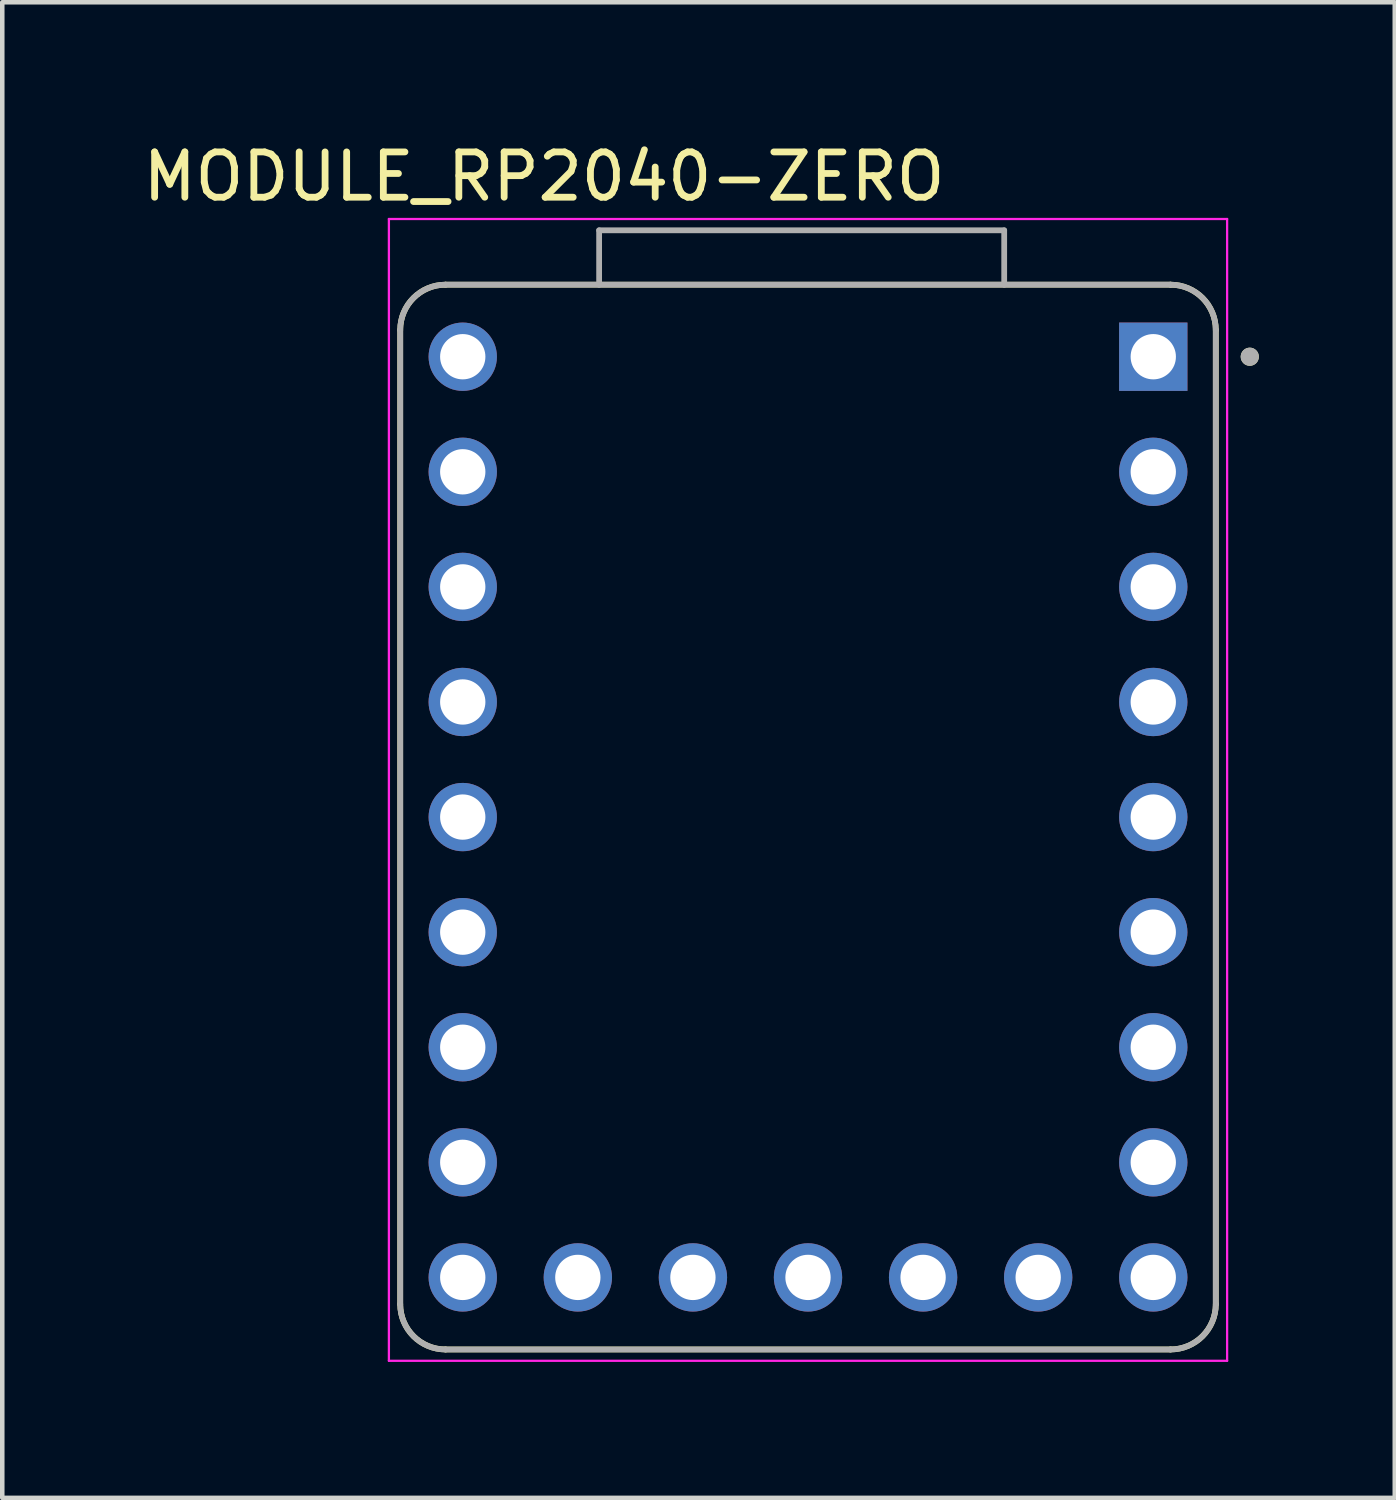
<source format=kicad_pcb>
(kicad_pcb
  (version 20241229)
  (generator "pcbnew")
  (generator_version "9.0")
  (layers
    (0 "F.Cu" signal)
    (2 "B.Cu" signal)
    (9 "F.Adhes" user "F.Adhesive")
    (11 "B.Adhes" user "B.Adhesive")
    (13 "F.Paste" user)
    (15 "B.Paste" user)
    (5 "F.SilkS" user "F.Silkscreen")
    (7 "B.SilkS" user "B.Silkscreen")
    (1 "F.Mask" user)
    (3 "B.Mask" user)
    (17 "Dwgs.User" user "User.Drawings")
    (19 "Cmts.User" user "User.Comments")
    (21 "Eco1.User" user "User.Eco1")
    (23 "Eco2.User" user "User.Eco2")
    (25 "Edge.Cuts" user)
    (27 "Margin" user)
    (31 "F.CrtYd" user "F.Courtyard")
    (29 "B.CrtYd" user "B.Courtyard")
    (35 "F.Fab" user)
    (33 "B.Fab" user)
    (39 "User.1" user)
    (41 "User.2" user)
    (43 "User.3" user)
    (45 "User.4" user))
  (footprint "MODULE_RP2040-ZERO"
    (layer "F.Cu")
    (at 14.783 14.983)
    (property "Reference" "MODULE_RP2040-ZERO" (at -5.825 -14.135 0) (layer "F.SilkS") (effects (font (size 1 1) (thickness 0.15))))
    (attr through_hole)
    (fp_line (start -9 -10.75) (end -9 10.75) (stroke (width 0.127) (type solid)) (layer "F.SilkS"))
    (fp_line (start -8 11.75) (end 8 11.75) (stroke (width 0.127) (type solid)) (layer "F.SilkS"))
    (fp_line (start 8 -11.75) (end -8 -11.75) (stroke (width 0.127) (type solid)) (layer "F.SilkS"))
    (fp_line (start 9 10.75) (end 9 -10.75) (stroke (width 0.127) (type solid)) (layer "F.SilkS"))
    (fp_arc (start -9 -10.75) (mid -8.707107 -11.457107) (end -8 -11.75) (stroke (width 0.127) (type solid)) (layer "F.SilkS"))
    (fp_arc (start -8 11.75) (mid -8.707107 11.457107) (end -9 10.75) (stroke (width 0.127) (type solid)) (layer "F.SilkS"))
    (fp_arc (start 8 -11.75) (mid 8.707107 -11.457107) (end 9 -10.75) (stroke (width 0.127) (type solid)) (layer "F.SilkS"))
    (fp_arc (start 9 10.75) (mid 8.707107 11.457107) (end 8 11.75) (stroke (width 0.127) (type solid)) (layer "F.SilkS"))
    (fp_circle (center 9.75 -10.16) (end 9.85 -10.16) (stroke (width 0.2) (type solid)) (fill no) (layer "F.SilkS"))
    (fp_line (start -9.25 -13.2) (end -9.25 12) (stroke (width 0.05) (type solid)) (layer "F.CrtYd"))
    (fp_line (start -9.25 12) (end 9.25 12) (stroke (width 0.05) (type solid)) (layer "F.CrtYd"))
    (fp_line (start 9.25 -13.2) (end -9.25 -13.2) (stroke (width 0.05) (type solid)) (layer "F.CrtYd"))
    (fp_line (start 9.25 12) (end 9.25 -13.2) (stroke (width 0.05) (type solid)) (layer "F.CrtYd"))
    (fp_line (start -9 -10.75) (end -9 10.75) (stroke (width 0.127) (type solid)) (layer "F.Fab"))
    (fp_line (start -8 11.75) (end 8 11.75) (stroke (width 0.127) (type solid)) (layer "F.Fab"))
    (fp_line (start -4.61 -12.95) (end -4.61 -11.75) (stroke (width 0.127) (type solid)) (layer "F.Fab"))
    (fp_line (start -4.61 -12.95) (end 4.33 -12.95) (stroke (width 0.127) (type solid)) (layer "F.Fab"))
    (fp_line (start -4.61 -11.75) (end -8 -11.75) (stroke (width 0.127) (type solid)) (layer "F.Fab"))
    (fp_line (start 4.33 -12.95) (end 4.33 -11.75) (stroke (width 0.127) (type solid)) (layer "F.Fab"))
    (fp_line (start 4.33 -11.75) (end -4.61 -11.75) (stroke (width 0.127) (type solid)) (layer "F.Fab"))
    (fp_line (start 8 -11.75) (end 4.33 -11.75) (stroke (width 0.127) (type solid)) (layer "F.Fab"))
    (fp_line (start 9 10.75) (end 9 -10.75) (stroke (width 0.127) (type solid)) (layer "F.Fab"))
    (fp_arc (start -9 -10.75) (mid -8.707107 -11.457107) (end -8 -11.75) (stroke (width 0.127) (type solid)) (layer "F.Fab"))
    (fp_arc (start -8 11.75) (mid -8.707107 11.457107) (end -9 10.75) (stroke (width 0.127) (type solid)) (layer "F.Fab"))
    (fp_arc (start 8 -11.75) (mid 8.707107 -11.457107) (end 9 -10.75) (stroke (width 0.127) (type solid)) (layer "F.Fab"))
    (fp_arc (start 9 10.75) (mid 8.707107 11.457107) (end 8 11.75) (stroke (width 0.127) (type solid)) (layer "F.Fab"))
    (fp_circle (center 9.75 -10.16) (end 9.85 -10.16) (stroke (width 0.2) (type solid)) (fill no) (layer "F.Fab"))
    (pad "1" thru_hole rect (at 7.62 -10.16) (size 1.508 1.508) (drill 1) (layers "*.Cu" "*.Mask"))
    (pad "2" thru_hole circle (at 7.62 -7.62) (size 1.508 1.508) (drill 1) (layers "*.Cu" "*.Mask"))
    (pad "3" thru_hole circle (at 7.62 -5.08) (size 1.508 1.508) (drill 1) (layers "*.Cu" "*.Mask"))
    (pad "4" thru_hole circle (at 7.62 -2.54) (size 1.508 1.508) (drill 1) (layers "*.Cu" "*.Mask"))
    (pad "5" thru_hole circle (at 7.62 0) (size 1.508 1.508) (drill 1) (layers "*.Cu" "*.Mask"))
    (pad "6" thru_hole circle (at 7.62 2.54) (size 1.508 1.508) (drill 1) (layers "*.Cu" "*.Mask"))
    (pad "7" thru_hole circle (at 7.62 5.08) (size 1.508 1.508) (drill 1) (layers "*.Cu" "*.Mask"))
    (pad "8" thru_hole circle (at 7.62 7.62) (size 1.508 1.508) (drill 1) (layers "*.Cu" "*.Mask"))
    (pad "9" thru_hole circle (at 7.62 10.16) (size 1.508 1.508) (drill 1) (layers "*.Cu" "*.Mask"))
    (pad "10" thru_hole circle (at 5.08 10.16) (size 1.508 1.508) (drill 1) (layers "*.Cu" "*.Mask"))
    (pad "11" thru_hole circle (at 2.54 10.16) (size 1.508 1.508) (drill 1) (layers "*.Cu" "*.Mask"))
    (pad "12" thru_hole circle (at 0 10.16) (size 1.508 1.508) (drill 1) (layers "*.Cu" "*.Mask"))
    (pad "13" thru_hole circle (at -2.54 10.16) (size 1.508 1.508) (drill 1) (layers "*.Cu" "*.Mask"))
    (pad "14" thru_hole circle (at -5.08 10.16) (size 1.508 1.508) (drill 1) (layers "*.Cu" "*.Mask"))
    (pad "15" thru_hole circle (at -7.62 10.16) (size 1.508 1.508) (drill 1) (layers "*.Cu" "*.Mask"))
    (pad "16" thru_hole circle (at -7.62 7.62) (size 1.508 1.508) (drill 1) (layers "*.Cu" "*.Mask"))
    (pad "17" thru_hole circle (at -7.62 5.08) (size 1.508 1.508) (drill 1) (layers "*.Cu" "*.Mask"))
    (pad "18" thru_hole circle (at -7.62 2.54) (size 1.508 1.508) (drill 1) (layers "*.Cu" "*.Mask"))
    (pad "19" thru_hole circle (at -7.62 0) (size 1.508 1.508) (drill 1) (layers "*.Cu" "*.Mask"))
    (pad "20" thru_hole circle (at -7.62 -2.54) (size 1.508 1.508) (drill 1) (layers "*.Cu" "*.Mask"))
    (pad "21" thru_hole circle (at -7.62 -5.08) (size 1.508 1.508) (drill 1) (layers "*.Cu" "*.Mask"))
    (pad "22" thru_hole circle (at -7.62 -7.62) (size 1.508 1.508) (drill 1) (layers "*.Cu" "*.Mask"))
    (pad "23" thru_hole circle (at -7.62 -10.16) (size 1.508 1.508) (drill 1) (layers "*.Cu" "*.Mask")))
  (gr_rect
    (start -3 -3)
    (end 27.733 30.008)
    (stroke (width 0.1) (type default))
    (fill no)
    (layer "Edge.Cuts")))
</source>
